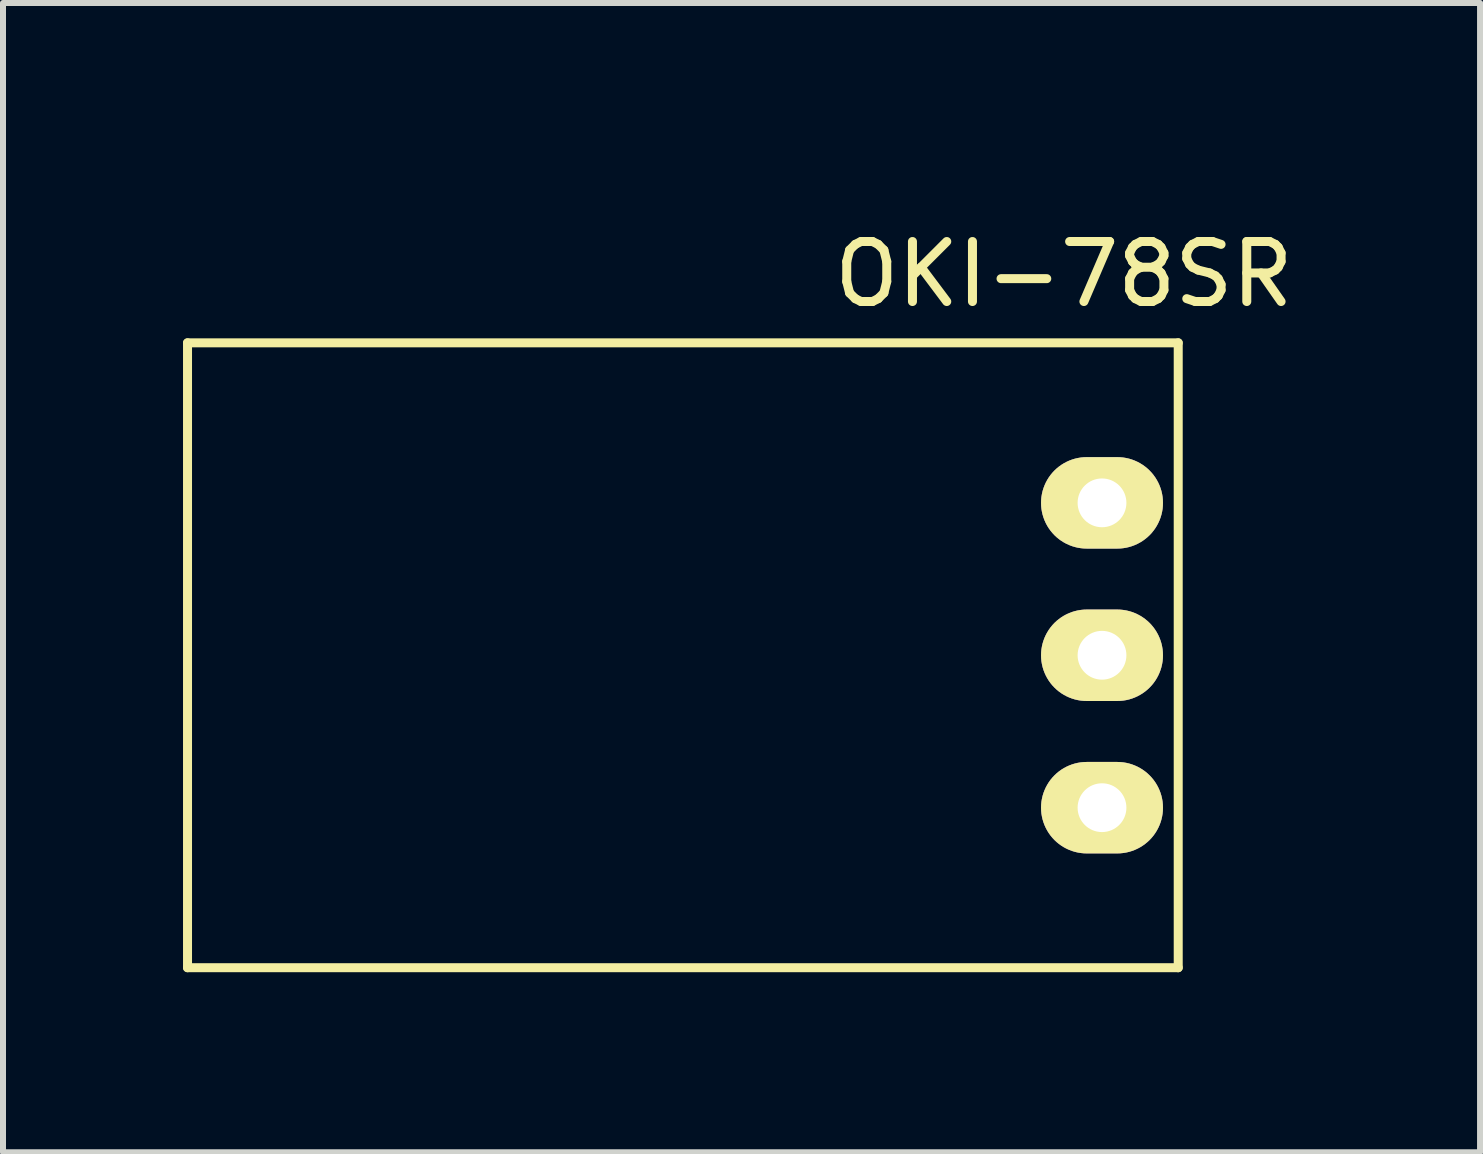
<source format=kicad_pcb>
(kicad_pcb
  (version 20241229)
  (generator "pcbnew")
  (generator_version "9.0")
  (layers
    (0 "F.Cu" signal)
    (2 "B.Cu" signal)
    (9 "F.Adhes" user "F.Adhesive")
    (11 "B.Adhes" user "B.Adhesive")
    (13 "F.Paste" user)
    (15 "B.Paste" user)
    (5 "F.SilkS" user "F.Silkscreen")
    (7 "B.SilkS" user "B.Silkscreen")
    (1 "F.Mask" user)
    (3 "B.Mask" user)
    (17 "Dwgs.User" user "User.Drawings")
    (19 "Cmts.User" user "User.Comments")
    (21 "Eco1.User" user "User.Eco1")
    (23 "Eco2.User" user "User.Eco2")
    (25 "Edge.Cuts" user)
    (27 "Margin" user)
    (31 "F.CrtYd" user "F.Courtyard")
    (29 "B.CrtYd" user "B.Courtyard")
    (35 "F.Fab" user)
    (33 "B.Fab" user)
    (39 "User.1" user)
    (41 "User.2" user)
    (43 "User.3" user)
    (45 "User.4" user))
  (footprint "OKI-78SR"
    (layer "F.Cu")
    (at 8.33 0.25)
    (property "Reference" "OKI-78SR" (at 6.35 1.27 0) (layer "F.SilkS") (effects (font (size 1 1) (thickness 0.15))))
    (attr through_hole)
    (fp_line (start -8.255 2.413) (end 8.255 2.413) (stroke (width 0.15) (type solid)) (layer "F.SilkS"))
    (fp_line (start -8.255 12.827) (end -8.255 2.413) (stroke (width 0.15) (type solid)) (layer "F.SilkS"))
    (fp_line (start 8.255 2.413) (end 8.255 12.827) (stroke (width 0.15) (type solid)) (layer "F.SilkS"))
    (fp_line (start 8.255 12.827) (end -8.255 12.827) (stroke (width 0.15) (type solid)) (layer "F.SilkS"))
    (pad "1" thru_hole oval (at 6.985 5.08 180) (size 2.032 1.524) (drill 0.813) (layers "*.Cu" "*.Mask" "F.SilkS"))
    (pad "2" thru_hole oval (at 6.985 7.62 180) (size 2.032 1.524) (drill 0.813) (layers "*.Cu" "*.Mask" "F.SilkS"))
    (pad "3" thru_hole oval (at 6.985 10.16 180) (size 2.032 1.524) (drill 0.813) (layers "*.Cu" "*.Mask" "F.SilkS")))
  (gr_rect
    (start -3 -3)
    (end 21.615 16.152)
    (stroke (width 0.1) (type default))
    (fill no)
    (layer "Edge.Cuts")))
</source>
